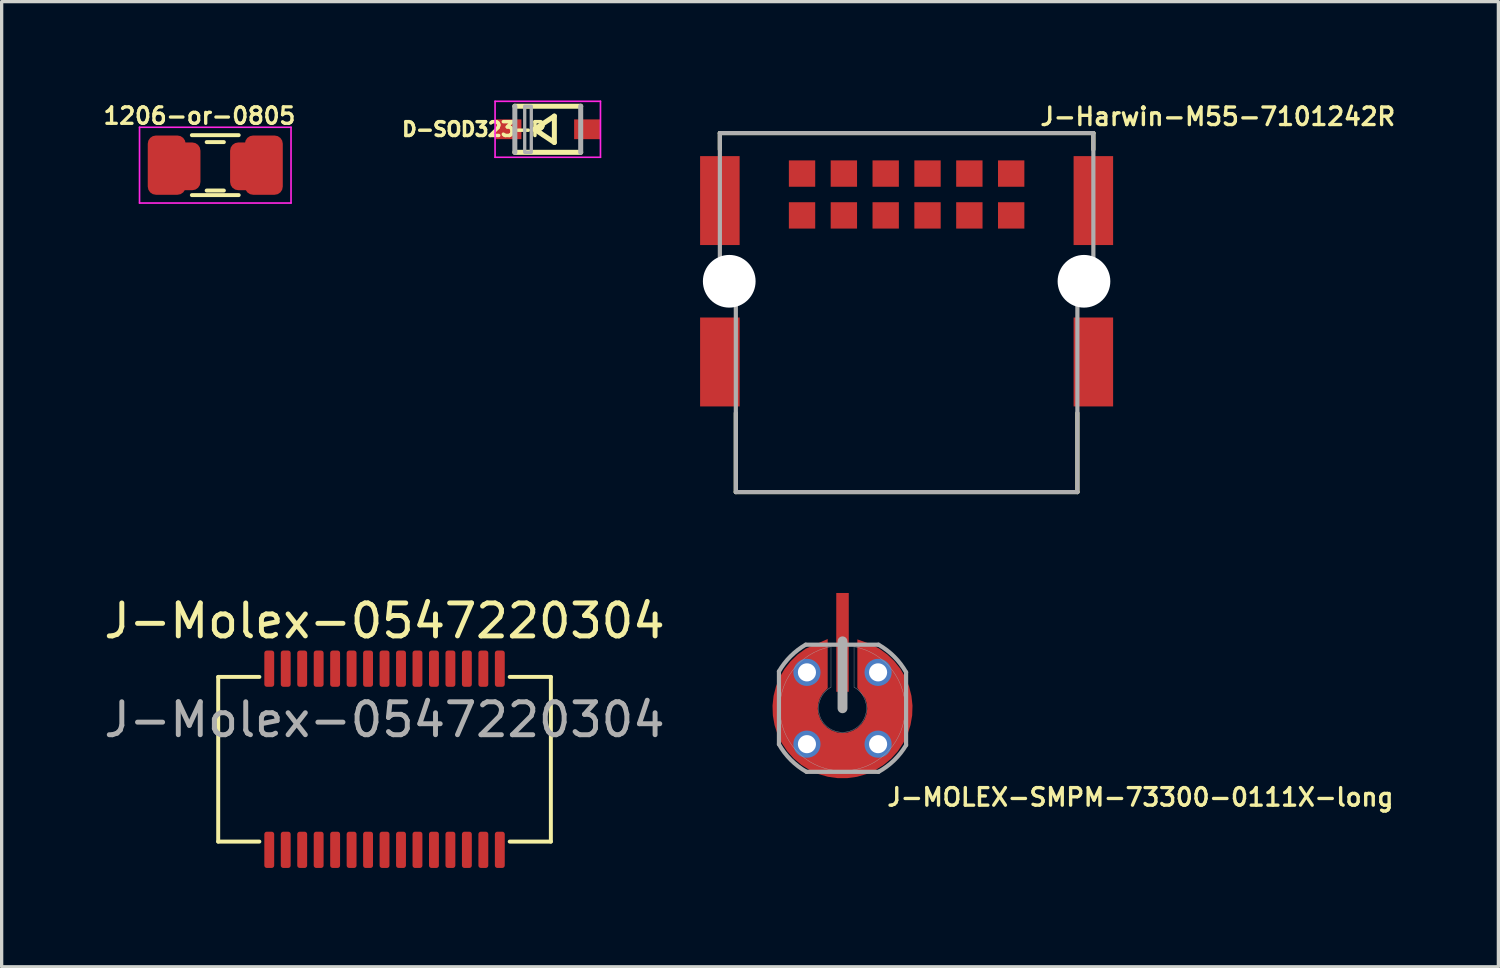
<source format=kicad_pcb>
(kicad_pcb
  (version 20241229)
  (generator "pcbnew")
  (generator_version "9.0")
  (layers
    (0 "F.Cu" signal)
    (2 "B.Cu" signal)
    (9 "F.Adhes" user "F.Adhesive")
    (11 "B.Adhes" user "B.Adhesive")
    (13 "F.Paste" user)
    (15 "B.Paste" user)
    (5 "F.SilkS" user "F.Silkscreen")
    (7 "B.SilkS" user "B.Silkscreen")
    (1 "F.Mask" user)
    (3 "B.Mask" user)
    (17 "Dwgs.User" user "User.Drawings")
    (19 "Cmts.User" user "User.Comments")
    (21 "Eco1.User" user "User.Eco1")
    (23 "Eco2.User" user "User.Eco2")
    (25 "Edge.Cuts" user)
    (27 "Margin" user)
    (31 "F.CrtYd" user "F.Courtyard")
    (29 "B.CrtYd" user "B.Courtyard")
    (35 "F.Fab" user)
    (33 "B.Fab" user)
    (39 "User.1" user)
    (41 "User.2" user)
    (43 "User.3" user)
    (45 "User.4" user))
  (footprint "1206-or-0805"
    (layer "F.Cu")
    (at 3.486 1.964)
    (property "Reference" "1206-or-0805" (at -0.481 -1.496 0) (layer "F.SilkS") (effects (font (size 0.5 0.5) (thickness 0.1))))
    (attr smd)
    (fp_line (start -0.711 -0.91) (end 0.711 -0.91) (stroke (width 0.12) (type solid)) (layer "F.SilkS"))
    (fp_line (start -0.711 0.91) (end 0.711 0.91) (stroke (width 0.12) (type solid)) (layer "F.SilkS"))
    (fp_line (start -0.261 -0.699) (end 0.261 -0.699) (stroke (width 0.12) (type solid)) (layer "F.SilkS"))
    (fp_line (start -0.261 0.771) (end 0.261 0.771) (stroke (width 0.12) (type solid)) (layer "F.SilkS"))
    (fp_line (start -2.3 -1.15) (end 2.3 -1.15) (stroke (width 0.05) (type solid)) (layer "F.CrtYd"))
    (fp_line (start -2.3 1.15) (end -2.3 -1.15) (stroke (width 0.05) (type solid)) (layer "F.CrtYd"))
    (fp_line (start 2.3 -1.15) (end 2.3 1.15) (stroke (width 0.05) (type solid)) (layer "F.CrtYd"))
    (fp_line (start 2.3 1.15) (end -2.3 1.15) (stroke (width 0.05) (type solid)) (layer "F.CrtYd"))
    (pad "1" smd roundrect (at -1.475 0) (size 1.15 1.8) (layers "F.Cu" "F.Mask" "F.Paste") (roundrect_rratio 0.217))
    (pad "1" smd roundrect (at -0.95 0.036) (size 1 1.45) (layers "F.Cu" "F.Mask" "F.Paste") (roundrect_rratio 0.25))
    (pad "2" smd roundrect (at 0.95 0.036) (size 1 1.45) (layers "F.Cu" "F.Mask" "F.Paste") (roundrect_rratio 0.25))
    (pad "2" smd roundrect (at 1.475 0) (size 1.15 1.8) (layers "F.Cu" "F.Mask" "F.Paste") (roundrect_rratio 0.217)))
  (footprint "D-SOD323-R"
    (layer "F.Cu")
    (at 13.581 0.875)
    (property "Reference" "D-SOD323-R" (at 0 0 180) (layer "F.SilkS") (effects (font (size 0.42 0.42) (thickness 0.77)) (justify right)))
    (fp_line (start -1 -0.7) (end 1 -0.7) (stroke (width 0.152) (type solid)) (layer "F.SilkS"))
    (fp_line (start -0.4 0) (end 0.2 -0.4) (stroke (width 0.152) (type solid)) (layer "F.SilkS"))
    (fp_line (start 0.2 -0.4) (end 0.2 0.4) (stroke (width 0.152) (type solid)) (layer "F.SilkS"))
    (fp_line (start 0.2 0.4) (end -0.4 0) (stroke (width 0.152) (type solid)) (layer "F.SilkS"))
    (fp_line (start 1 0.7) (end -1 0.7) (stroke (width 0.152) (type solid)) (layer "F.SilkS"))
    (fp_line (start -1.6 -0.85) (end 1.6 -0.85) (stroke (width 0.05) (type solid)) (layer "F.CrtYd"))
    (fp_line (start -1.6 0.85) (end -1.6 -0.85) (stroke (width 0.05) (type solid)) (layer "F.CrtYd"))
    (fp_line (start 1.6 -0.85) (end 1.6 0.85) (stroke (width 0.05) (type solid)) (layer "F.CrtYd"))
    (fp_line (start 1.6 0.85) (end -1.6 0.85) (stroke (width 0.05) (type solid)) (layer "F.CrtYd"))
    (fp_line (start -1 0.7) (end -1 -0.7) (stroke (width 0.152) (type solid)) (layer "F.Fab"))
    (fp_line (start 1 -0.7) (end 1 0.7) (stroke (width 0.152) (type solid)) (layer "F.Fab"))
    (fp_poly (pts (xy -0.7 0.7) (xy -0.5 0.7) (xy -0.5 -0.7) (xy -0.7 -0.7)) (stroke (width 0.1) (type solid)) (fill no) (layer "F.Fab"))
    (pad "A" smd rect (at 1.2 0) (size 0.8 0.6) (layers "F.Cu" "F.Mask" "F.Paste"))
    (pad "C" smd rect (at -1.2 0) (size 0.8 0.6) (layers "F.Cu" "F.Mask" "F.Paste")))
  (footprint "J-Harwin-M55-7101242R"
    (layer "F.Cu")
    (at 24.476 5.49)
    (property "Reference" "J-Harwin-M55-7101242R" (at 4 -5 0) (layer "F.SilkS") (effects (font (size 0.533 0.533) (thickness 0.102)) (justify left)))
    (fp_line (start -5.67 -4.5) (end -5.67 -4) (stroke (width 0.127) (type solid)) (layer "F.SilkS"))
    (fp_line (start -5.185 6.4) (end -5.185 4) (stroke (width 0.127) (type solid)) (layer "F.SilkS"))
    (fp_line (start 5.185 6.4) (end -5.185 6.4) (stroke (width 0.127) (type solid)) (layer "F.SilkS"))
    (fp_line (start 5.185 6.4) (end 5.185 4) (stroke (width 0.127) (type solid)) (layer "F.SilkS"))
    (fp_line (start 5.67 -4.5) (end -5.67 -4.5) (stroke (width 0.127) (type solid)) (layer "F.SilkS"))
    (fp_line (start 5.67 -4) (end 5.67 -4.5) (stroke (width 0.127) (type solid)) (layer "F.SilkS"))
    (fp_line (start -5.67 -4.5) (end -5.67 0) (stroke (width 0.127) (type solid)) (layer "F.Fab"))
    (fp_line (start -5.67 0) (end -5.185 0) (stroke (width 0.127) (type solid)) (layer "F.Fab"))
    (fp_line (start -5.185 6.4) (end -5.185 0) (stroke (width 0.127) (type solid)) (layer "F.Fab"))
    (fp_line (start 5.185 0) (end 5.185 6.4) (stroke (width 0.127) (type solid)) (layer "F.Fab"))
    (fp_line (start 5.185 0) (end 5.67 0) (stroke (width 0.127) (type solid)) (layer "F.Fab"))
    (fp_line (start 5.185 6.4) (end -5.185 6.4) (stroke (width 0.127) (type solid)) (layer "F.Fab"))
    (fp_line (start 5.67 -4.5) (end -5.67 -4.5) (stroke (width 0.127) (type solid)) (layer "F.Fab"))
    (fp_line (start 5.67 0) (end 5.67 -4.5) (stroke (width 0.127) (type solid)) (layer "F.Fab"))
    (pad "" np_thru_hole circle (at -5.385 0) (size 1.6 1.6) (drill 1.6) (layers "*.Cu" "*.Mask"))
    (pad "" np_thru_hole circle (at 5.385 0) (size 1.6 1.6) (drill 1.6) (layers "*.Cu" "*.Mask"))
    (pad "1" smd rect (at 3.175 -2) (size 0.8 0.8) (layers "F.Cu" "F.Mask" "F.Paste"))
    (pad "2" smd rect (at 3.175 -3.27) (size 0.8 0.8) (layers "F.Cu" "F.Mask" "F.Paste"))
    (pad "3" smd rect (at 1.905 -2) (size 0.8 0.8) (layers "F.Cu" "F.Mask" "F.Paste"))
    (pad "4" smd rect (at 1.905 -3.27) (size 0.8 0.8) (layers "F.Cu" "F.Mask" "F.Paste"))
    (pad "5" smd rect (at 0.635 -2) (size 0.8 0.8) (layers "F.Cu" "F.Mask" "F.Paste"))
    (pad "6" smd rect (at 0.635 -3.27) (size 0.8 0.8) (layers "F.Cu" "F.Mask" "F.Paste"))
    (pad "7" smd rect (at -0.635 -2) (size 0.8 0.8) (layers "F.Cu" "F.Mask" "F.Paste"))
    (pad "8" smd rect (at -0.635 -3.27) (size 0.8 0.8) (layers "F.Cu" "F.Mask" "F.Paste"))
    (pad "9" smd rect (at -1.905 -2) (size 0.8 0.8) (layers "F.Cu" "F.Mask" "F.Paste"))
    (pad "10" smd rect (at -1.905 -3.27) (size 0.8 0.8) (layers "F.Cu" "F.Mask" "F.Paste"))
    (pad "11" smd rect (at -3.175 -2) (size 0.8 0.8) (layers "F.Cu" "F.Mask" "F.Paste"))
    (pad "12" smd rect (at -3.175 -3.27) (size 0.8 0.8) (layers "F.Cu" "F.Mask" "F.Paste"))
    (pad "GND" smd rect (at -5.67 -2.45) (size 1.2 2.7) (layers "F.Cu" "F.Mask" "F.Paste"))
    (pad "GND" smd rect (at -5.67 2.45) (size 1.2 2.7) (layers "F.Cu" "F.Mask" "F.Paste"))
    (pad "GND" smd rect (at 5.67 -2.45) (size 1.2 2.7) (layers "F.Cu" "F.Mask" "F.Paste"))
    (pad "GND" smd rect (at 5.67 2.45) (size 1.2 2.7) (layers "F.Cu" "F.Mask" "F.Paste")))
  (footprint "J-MOLEX-SMPM-73300-0111X-long"
    (layer "F.Cu")
    (at 22.53 18.454)
    (property "Reference" "J-MOLEX-SMPM-73300-0111X-long" (at 1.3 2.7 180) (layer "F.SilkS") (effects (font (size 0.533 0.533) (thickness 0.102)) (justify left)))
    (fp_circle (center 0 0) (end 2.22 0) (stroke (width 0.12) (type solid)) (fill yes) (layer "F.Mask"))
    (fp_line (start -1.93 1.092) (end -1.93 -1.118) (stroke (width 0.127) (type solid)) (layer "F.Fab"))
    (fp_line (start -1.118 -1.93) (end 1.092 -1.93) (stroke (width 0.127) (type solid)) (layer "F.Fab"))
    (fp_line (start -0.35 -1.87) (end -0.35 -0.64) (stroke (width 0.01) (type solid)) (layer "F.Fab"))
    (fp_line (start 0 0) (end 0 -2.032) (stroke (width 0.3) (type solid)) (layer "F.Fab"))
    (fp_line (start 0.35 -0.64) (end 0.35 -1.87) (stroke (width 0.01) (type solid)) (layer "F.Fab"))
    (fp_line (start 1.092 1.93) (end -1.092 1.93) (stroke (width 0.127) (type solid)) (layer "F.Fab"))
    (fp_line (start 1.93 -1.092) (end 1.93 1.118) (stroke (width 0.127) (type solid)) (layer "F.Fab"))
    (fp_arc (start -1.9304 -1.1176) (mid -1.577471 -1.577471) (end -1.1176 -1.9304) (stroke (width 0.127) (type solid)) (layer "F.Fab"))
    (fp_arc (start -1.0922 1.9304) (mid -1.568103 1.568103) (end -1.9304 1.0922) (stroke (width 0.127) (type solid)) (layer "F.Fab"))
    (fp_arc (start 0.35 -1.87) (mid 0 1.902472) (end -0.35 -1.87) (stroke (width 0.01) (type solid)) (layer "F.Fab"))
    (fp_arc (start 0.35 -0.64) (mid 0 0.729452) (end -0.35 -0.64) (stroke (width 0.01) (type solid)) (layer "F.Fab"))
    (fp_arc (start 1.0922 -1.9304) (mid 1.568334 -1.568334) (end 1.9304 -1.0922) (stroke (width 0.127) (type solid)) (layer "F.Fab"))
    (fp_arc (start 1.9304 1.1176) (mid 1.565578 1.579974) (end 1.0922 1.9304) (stroke (width 0.127) (type solid)) (layer "F.Fab"))
    (pad "GND" thru_hole circle (at -1.08 -1.09 180) (size 0.825 0.825) (drill 0.55) (layers "*.Cu" "*.Mask"))
    (pad "GND" thru_hole circle (at -1.08 1.09 180) (size 0.825 0.825) (drill 0.55) (layers "*.Cu" "*.Mask"))
    (pad "GND" smd custom (at 0 1.419) (size 0.512 0.482) (layers "F.Cu" "F.Mask" "F.Paste") (options (anchor rect)) (primitives (gr_poly (pts (xy -0.45 -2.029) (xy -0.599 -1.871) (xy -0.684 -1.729) (xy -0.735 -1.57) (xy -0.751 -1.405) (xy -0.729 -1.24) (xy -0.672 -1.084) (xy -0.582 -0.945) (xy -0.463 -0.828) (xy -0.322 -0.741) (xy -0.165 -0.686) (xy 0 -0.668) (xy 0.165 -0.686) (xy 0.322 -0.741) (xy 0.463 -0.828) (xy 0.582 -0.945) (xy 0.672 -1.084) (xy 0.729 -1.24) (xy 0.751 -1.405) (xy 0.735 -1.57) (xy 0.686 -1.723) (xy 0.45 -2.035) (xy 0.45 -3.511) (xy 0.857 -3.365) (xy 1.12 -3.227) (xy 1.361 -3.053) (xy 1.575 -2.847) (xy 1.759 -2.614) (xy 1.908 -2.357) (xy 2.02 -2.082) (xy 2.093 -1.794) (xy 2.125 -1.498) (xy 2.115 -1.201) (xy 2.064 -0.909) (xy 1.973 -0.626) (xy 1.843 -0.359) (xy 1.677 -0.112) (xy 1.479 0.109) (xy 1.251 0.3) (xy 1 0.458) (xy 0.728 0.579) (xy 0.443 0.661) (xy 0.149 0.702) (xy -0.149 0.702) (xy -0.443 0.661) (xy -0.728 0.579) (xy -1 0.458) (xy -1.251 0.3) (xy -1.479 0.109) (xy -1.677 -0.112) (xy -1.843 -0.359) (xy -1.973 -0.626) (xy -2.064 -0.909) (xy -2.115 -1.201) (xy -2.125 -1.498) (xy -2.093 -1.794) (xy -2.02 -2.082) (xy -1.908 -2.357) (xy -1.759 -2.614) (xy -1.575 -2.847) (xy -1.361 -3.053) (xy -1.117 -3.229) (xy -0.45 -3.522)) (width 0) (fill yes))))
    (pad "GND" thru_hole circle (at 1.08 -1.09 180) (size 0.825 0.825) (drill 0.55) (layers "*.Cu" "*.Mask"))
    (pad "GND" thru_hole circle (at 1.08 1.09 180) (size 0.825 0.825) (drill 0.55) (layers "*.Cu" "*.Mask"))
    (pad "RF-DOWN" smd rect (at 0 -3.5 180) (size 0.38 3) (drill (offset 0 -1.5)) (layers "F.Cu" "F.Mask"))
    (zone (net_name "") (layer "F.Cu") (hatch edge 0.508) (connect_pads) (min_thickness 0.254) (filled_areas_thickness no) (keepout (tracks allowed) (vias not_allowed) (pads allowed) (copperpour not_allowed) (footprints allowed)) (placement (enabled no)) (fill) (polygon (pts (xy 23.72 14.954) (xy 23.72 19.454) (xy 21.34 19.454) (xy 21.34 14.954)))))
  (footprint "J-Molex-0547220304"
    (layer "F.Cu")
    (at 8.625 20.002)
    (property "Reference" "J-Molex-0547220304" (at 0 -4.2 0) (unlocked yes) (layer "F.SilkS") (effects (font (size 1 1) (thickness 0.15))))
    (attr smd)
    (fp_line (start -5.05 -2.5) (end -5.05 2.5) (stroke (width 0.12) (type solid)) (layer "F.SilkS"))
    (fp_line (start -5.05 2.5) (end -3.8 2.5) (stroke (width 0.12) (type solid)) (layer "F.SilkS"))
    (fp_line (start -3.8 -2.5) (end -5.05 -2.5) (stroke (width 0.12) (type solid)) (layer "F.SilkS"))
    (fp_line (start 3.8 2.5) (end 5.05 2.5) (stroke (width 0.12) (type solid)) (layer "F.SilkS"))
    (fp_line (start 5.05 -2.5) (end 3.8 -2.5) (stroke (width 0.12) (type solid)) (layer "F.SilkS"))
    (fp_line (start 5.05 2.5) (end 5.05 -2.5) (stroke (width 0.12) (type solid)) (layer "F.SilkS"))
    (fp_text user "${REFERENCE}" (at 0 -1.2 0) (unlocked yes) (layer "F.Fab") (effects (font (size 1 1) (thickness 0.15))))
    (pad "P$1" smd roundrect (at 3.5 2.75 270) (size 1.1 0.3) (layers "F.Cu" "F.Mask" "F.Paste") (roundrect_rratio 0.25))
    (pad "P$2" smd roundrect (at 3 2.75 270) (size 1.1 0.3) (layers "F.Cu" "F.Mask" "F.Paste") (roundrect_rratio 0.25))
    (pad "P$3" smd roundrect (at 2.5 2.75 270) (size 1.1 0.3) (layers "F.Cu" "F.Mask" "F.Paste") (roundrect_rratio 0.25))
    (pad "P$4" smd roundrect (at 2 2.75 270) (size 1.1 0.3) (layers "F.Cu" "F.Mask" "F.Paste") (roundrect_rratio 0.25))
    (pad "P$5" smd roundrect (at 1.5 2.75 270) (size 1.1 0.3) (layers "F.Cu" "F.Mask" "F.Paste") (roundrect_rratio 0.25))
    (pad "P$6" smd roundrect (at 1 2.75 270) (size 1.1 0.3) (layers "F.Cu" "F.Mask" "F.Paste") (roundrect_rratio 0.25))
    (pad "P$7" smd roundrect (at 0.5 2.75 270) (size 1.1 0.3) (layers "F.Cu" "F.Mask" "F.Paste") (roundrect_rratio 0.25))
    (pad "P$8" smd roundrect (at 0 2.75 270) (size 1.1 0.3) (layers "F.Cu" "F.Mask" "F.Paste") (roundrect_rratio 0.25))
    (pad "P$9" smd roundrect (at -0.5 2.75 270) (size 1.1 0.3) (layers "F.Cu" "F.Mask" "F.Paste") (roundrect_rratio 0.25))
    (pad "P$10" smd roundrect (at -1 2.75 270) (size 1.1 0.3) (layers "F.Cu" "F.Mask" "F.Paste") (roundrect_rratio 0.25))
    (pad "P$11" smd roundrect (at -1.5 2.75 270) (size 1.1 0.3) (layers "F.Cu" "F.Mask" "F.Paste") (roundrect_rratio 0.25))
    (pad "P$12" smd roundrect (at -2 2.75 270) (size 1.1 0.3) (layers "F.Cu" "F.Mask" "F.Paste") (roundrect_rratio 0.25))
    (pad "P$13" smd roundrect (at -2.5 2.75 270) (size 1.1 0.3) (layers "F.Cu" "F.Mask" "F.Paste") (roundrect_rratio 0.25))
    (pad "P$14" smd roundrect (at -3 2.75 270) (size 1.1 0.3) (layers "F.Cu" "F.Mask" "F.Paste") (roundrect_rratio 0.25))
    (pad "P$15" smd roundrect (at -3.5 2.75 270) (size 1.1 0.3) (layers "F.Cu" "F.Mask" "F.Paste") (roundrect_rratio 0.25))
    (pad "P$16" smd roundrect (at -3.5 -2.75 270) (size 1.1 0.3) (layers "F.Cu" "F.Mask" "F.Paste") (roundrect_rratio 0.25))
    (pad "P$17" smd roundrect (at -3 -2.75 270) (size 1.1 0.3) (layers "F.Cu" "F.Mask" "F.Paste") (roundrect_rratio 0.25))
    (pad "P$18" smd roundrect (at -2.5 -2.75 270) (size 1.1 0.3) (layers "F.Cu" "F.Mask" "F.Paste") (roundrect_rratio 0.25))
    (pad "P$19" smd roundrect (at -2 -2.75 270) (size 1.1 0.3) (layers "F.Cu" "F.Mask" "F.Paste") (roundrect_rratio 0.25))
    (pad "P$20" smd roundrect (at -1.5 -2.75 270) (size 1.1 0.3) (layers "F.Cu" "F.Mask" "F.Paste") (roundrect_rratio 0.25))
    (pad "P$21" smd roundrect (at -1 -2.75 270) (size 1.1 0.3) (layers "F.Cu" "F.Mask" "F.Paste") (roundrect_rratio 0.25))
    (pad "P$22" smd roundrect (at -0.5 -2.75 270) (size 1.1 0.3) (layers "F.Cu" "F.Mask" "F.Paste") (roundrect_rratio 0.25))
    (pad "P$23" smd roundrect (at 0 -2.75 270) (size 1.1 0.3) (layers "F.Cu" "F.Mask" "F.Paste") (roundrect_rratio 0.25))
    (pad "P$24" smd roundrect (at 0.5 -2.75 270) (size 1.1 0.3) (layers "F.Cu" "F.Mask" "F.Paste") (roundrect_rratio 0.25))
    (pad "P$25" smd roundrect (at 1 -2.75 270) (size 1.1 0.3) (layers "F.Cu" "F.Mask" "F.Paste") (roundrect_rratio 0.25))
    (pad "P$26" smd roundrect (at 1.5 -2.75 270) (size 1.1 0.3) (layers "F.Cu" "F.Mask" "F.Paste") (roundrect_rratio 0.25))
    (pad "P$27" smd roundrect (at 2 -2.75 270) (size 1.1 0.3) (layers "F.Cu" "F.Mask" "F.Paste") (roundrect_rratio 0.25))
    (pad "P$28" smd roundrect (at 2.5 -2.75 270) (size 1.1 0.3) (layers "F.Cu" "F.Mask" "F.Paste") (roundrect_rratio 0.25))
    (pad "P$29" smd roundrect (at 3 -2.75 270) (size 1.1 0.3) (layers "F.Cu" "F.Mask" "F.Paste") (roundrect_rratio 0.25))
    (pad "P$30" smd roundrect (at 3.5 -2.75 270) (size 1.1 0.3) (layers "F.Cu" "F.Mask" "F.Paste") (roundrect_rratio 0.25)))
  (gr_rect
    (start -3 -3)
    (end 42.443 26.302)
    (stroke (width 0.1) (type default))
    (fill no)
    (layer "Edge.Cuts")))
</source>
